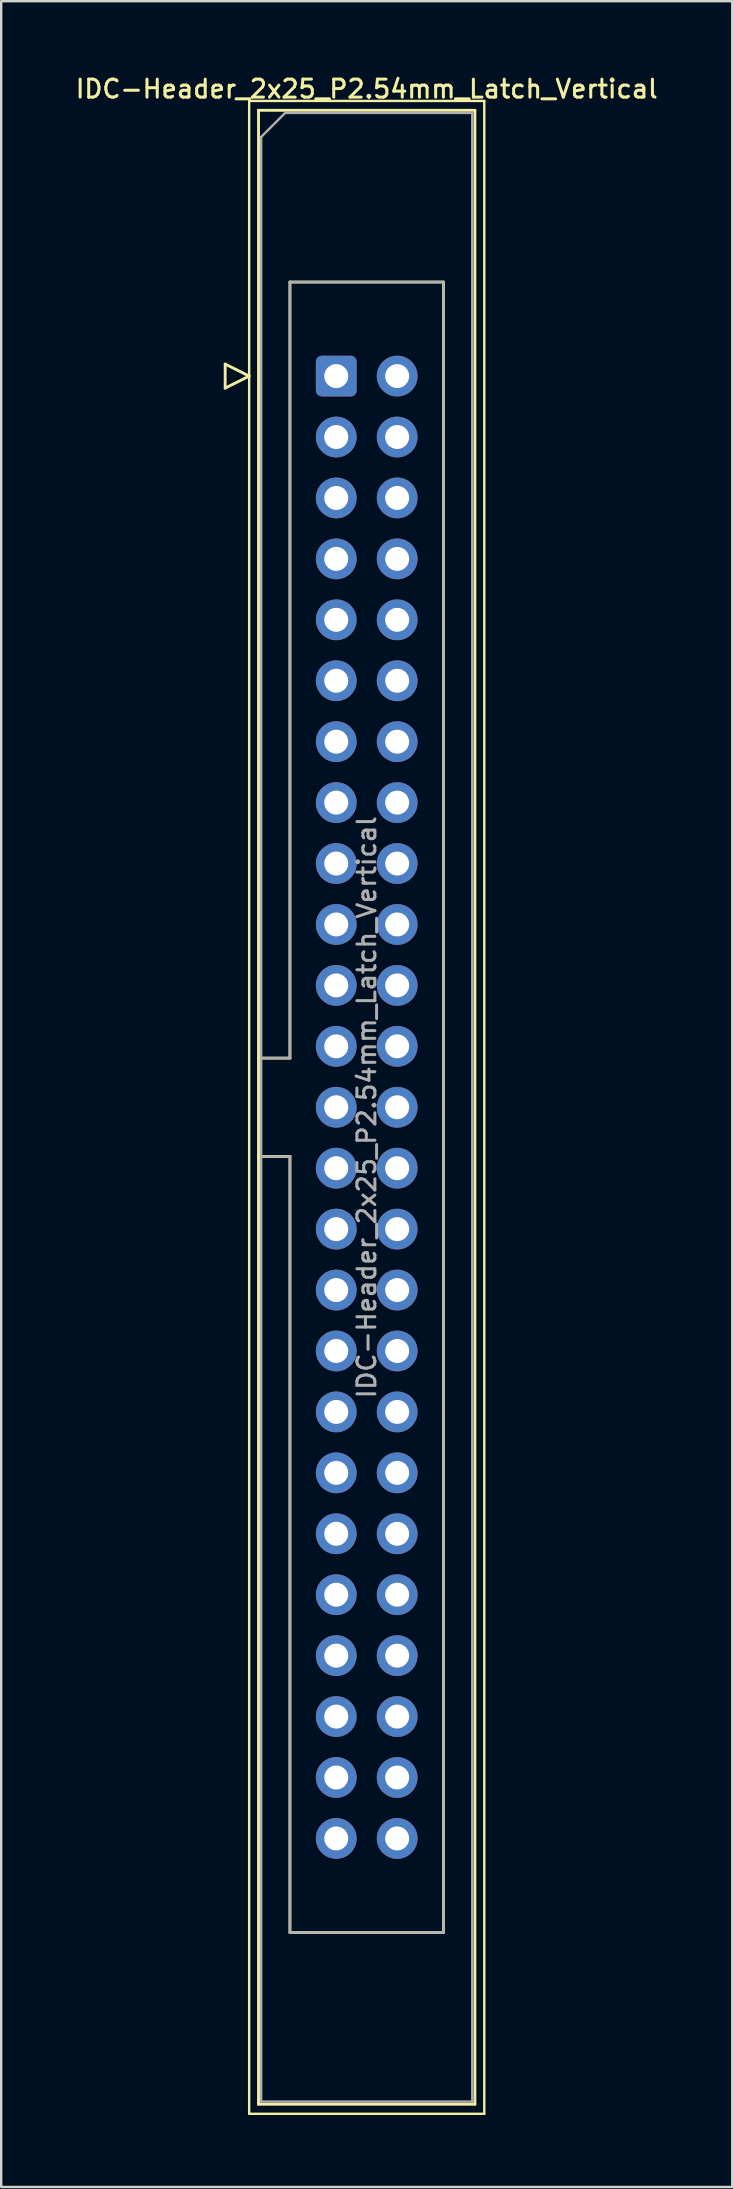
<source format=kicad_pcb>
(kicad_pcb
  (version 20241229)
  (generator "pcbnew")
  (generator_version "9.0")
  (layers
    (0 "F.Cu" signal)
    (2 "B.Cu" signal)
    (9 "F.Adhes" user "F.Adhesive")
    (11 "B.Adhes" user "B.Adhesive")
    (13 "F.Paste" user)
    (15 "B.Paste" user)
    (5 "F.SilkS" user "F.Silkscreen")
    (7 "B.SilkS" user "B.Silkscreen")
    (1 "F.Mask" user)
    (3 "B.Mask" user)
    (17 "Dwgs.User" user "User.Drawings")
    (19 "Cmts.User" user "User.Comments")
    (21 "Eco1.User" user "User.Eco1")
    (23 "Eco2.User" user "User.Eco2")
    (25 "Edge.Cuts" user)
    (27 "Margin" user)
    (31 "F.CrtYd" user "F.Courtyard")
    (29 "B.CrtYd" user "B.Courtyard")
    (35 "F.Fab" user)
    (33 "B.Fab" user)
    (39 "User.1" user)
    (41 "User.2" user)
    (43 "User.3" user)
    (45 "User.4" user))
  (footprint "IDC-Header_2x25_P2.54mm_Latch_Vertical"
    (layer "F.Cu")
    (at 10.967 12.628)
    (property "Reference" "IDC-Header_2x25_P2.54mm_Latch_Vertical" (at 1.27 -11.97 0) (layer "F.SilkS") (effects (font (size 0.75 0.75) (thickness 0.125))))
    (attr through_hole)
    (fp_line (start -4.63 -0.5) (end -4.63 0.5) (stroke (width 0.12) (type solid)) (layer "F.SilkS"))
    (fp_line (start -4.63 0.5) (end -3.63 0) (stroke (width 0.12) (type solid)) (layer "F.SilkS"))
    (fp_line (start -3.63 -11.47) (end -3.63 72.44) (stroke (width 0.1) (type solid)) (layer "F.SilkS"))
    (fp_line (start -3.63 0) (end -4.63 -0.5) (stroke (width 0.12) (type solid)) (layer "F.SilkS"))
    (fp_line (start -3.63 72.44) (end 6.17 72.44) (stroke (width 0.1) (type solid)) (layer "F.SilkS"))
    (fp_line (start -3.24 -11.08) (end 5.78 -11.08) (stroke (width 0.12) (type solid)) (layer "F.SilkS"))
    (fp_line (start -3.24 28.43) (end -1.93 28.43) (stroke (width 0.12) (type solid)) (layer "F.SilkS"))
    (fp_line (start -3.24 72.04) (end -3.24 -11.08) (stroke (width 0.12) (type solid)) (layer "F.SilkS"))
    (fp_line (start -1.93 -3.92) (end 4.47 -3.92) (stroke (width 0.12) (type solid)) (layer "F.SilkS"))
    (fp_line (start -1.93 28.43) (end -1.93 -3.92) (stroke (width 0.12) (type solid)) (layer "F.SilkS"))
    (fp_line (start -1.93 32.53) (end -3.24 32.53) (stroke (width 0.12) (type solid)) (layer "F.SilkS"))
    (fp_line (start -1.93 32.53) (end -1.93 32.53) (stroke (width 0.12) (type solid)) (layer "F.SilkS"))
    (fp_line (start -1.93 64.88) (end -1.93 32.53) (stroke (width 0.12) (type solid)) (layer "F.SilkS"))
    (fp_line (start 4.47 -3.92) (end 4.47 64.88) (stroke (width 0.12) (type solid)) (layer "F.SilkS"))
    (fp_line (start 4.47 64.88) (end -1.93 64.88) (stroke (width 0.12) (type solid)) (layer "F.SilkS"))
    (fp_line (start 5.78 -11.08) (end 5.78 72.04) (stroke (width 0.12) (type solid)) (layer "F.SilkS"))
    (fp_line (start 5.78 72.04) (end -3.24 72.04) (stroke (width 0.12) (type solid)) (layer "F.SilkS"))
    (fp_line (start 6.17 -11.47) (end -3.63 -11.47) (stroke (width 0.1) (type solid)) (layer "F.SilkS"))
    (fp_line (start 6.17 72.44) (end 6.17 -11.47) (stroke (width 0.1) (type solid)) (layer "F.SilkS"))
    (fp_line (start -3.13 -9.97) (end -2.13 -10.97) (stroke (width 0.1) (type solid)) (layer "F.Fab"))
    (fp_line (start -3.13 28.43) (end -1.93 28.43) (stroke (width 0.1) (type solid)) (layer "F.Fab"))
    (fp_line (start -3.13 71.93) (end -3.13 -9.97) (stroke (width 0.1) (type solid)) (layer "F.Fab"))
    (fp_line (start -2.13 -10.97) (end 5.67 -10.97) (stroke (width 0.1) (type solid)) (layer "F.Fab"))
    (fp_line (start -1.93 -3.92) (end 4.47 -3.92) (stroke (width 0.1) (type solid)) (layer "F.Fab"))
    (fp_line (start -1.93 28.43) (end -1.93 -3.92) (stroke (width 0.1) (type solid)) (layer "F.Fab"))
    (fp_line (start -1.93 32.53) (end -3.13 32.53) (stroke (width 0.1) (type solid)) (layer "F.Fab"))
    (fp_line (start -1.93 32.53) (end -1.93 32.53) (stroke (width 0.1) (type solid)) (layer "F.Fab"))
    (fp_line (start -1.93 64.88) (end -1.93 32.53) (stroke (width 0.1) (type solid)) (layer "F.Fab"))
    (fp_line (start 4.47 -3.92) (end 4.47 64.88) (stroke (width 0.1) (type solid)) (layer "F.Fab"))
    (fp_line (start 4.47 64.88) (end -1.93 64.88) (stroke (width 0.1) (type solid)) (layer "F.Fab"))
    (fp_line (start 5.67 -10.97) (end 5.67 71.93) (stroke (width 0.1) (type solid)) (layer "F.Fab"))
    (fp_line (start 5.67 71.93) (end -3.13 71.93) (stroke (width 0.1) (type solid)) (layer "F.Fab"))
    (fp_text user "${REFERENCE}" (at 1.27 30.48 90) (layer "F.Fab") (effects (font (size 0.75 0.75) (thickness 0.125))))
    (pad "1" thru_hole roundrect (at 0 0) (size 1.7 1.7) (drill 1) (layers "*.Cu" "*.Mask") (roundrect_rratio 0.147))
    (pad "2" thru_hole circle (at 2.54 0) (size 1.7 1.7) (drill 1) (layers "*.Cu" "*.Mask"))
    (pad "3" thru_hole circle (at 0 2.54) (size 1.7 1.7) (drill 1) (layers "*.Cu" "*.Mask"))
    (pad "4" thru_hole circle (at 2.54 2.54) (size 1.7 1.7) (drill 1) (layers "*.Cu" "*.Mask"))
    (pad "5" thru_hole circle (at 0 5.08) (size 1.7 1.7) (drill 1) (layers "*.Cu" "*.Mask"))
    (pad "6" thru_hole circle (at 2.54 5.08) (size 1.7 1.7) (drill 1) (layers "*.Cu" "*.Mask"))
    (pad "7" thru_hole circle (at 0 7.62) (size 1.7 1.7) (drill 1) (layers "*.Cu" "*.Mask"))
    (pad "8" thru_hole circle (at 2.54 7.62) (size 1.7 1.7) (drill 1) (layers "*.Cu" "*.Mask"))
    (pad "9" thru_hole circle (at 0 10.16) (size 1.7 1.7) (drill 1) (layers "*.Cu" "*.Mask"))
    (pad "10" thru_hole circle (at 2.54 10.16) (size 1.7 1.7) (drill 1) (layers "*.Cu" "*.Mask"))
    (pad "11" thru_hole circle (at 0 12.7) (size 1.7 1.7) (drill 1) (layers "*.Cu" "*.Mask"))
    (pad "12" thru_hole circle (at 2.54 12.7) (size 1.7 1.7) (drill 1) (layers "*.Cu" "*.Mask"))
    (pad "13" thru_hole circle (at 0 15.24) (size 1.7 1.7) (drill 1) (layers "*.Cu" "*.Mask"))
    (pad "14" thru_hole circle (at 2.54 15.24) (size 1.7 1.7) (drill 1) (layers "*.Cu" "*.Mask"))
    (pad "15" thru_hole circle (at 0 17.78) (size 1.7 1.7) (drill 1) (layers "*.Cu" "*.Mask"))
    (pad "16" thru_hole circle (at 2.54 17.78) (size 1.7 1.7) (drill 1) (layers "*.Cu" "*.Mask"))
    (pad "17" thru_hole circle (at 0 20.32) (size 1.7 1.7) (drill 1) (layers "*.Cu" "*.Mask"))
    (pad "18" thru_hole circle (at 2.54 20.32) (size 1.7 1.7) (drill 1) (layers "*.Cu" "*.Mask"))
    (pad "19" thru_hole circle (at 0 22.86) (size 1.7 1.7) (drill 1) (layers "*.Cu" "*.Mask"))
    (pad "20" thru_hole circle (at 2.54 22.86) (size 1.7 1.7) (drill 1) (layers "*.Cu" "*.Mask"))
    (pad "21" thru_hole circle (at 0 25.4) (size 1.7 1.7) (drill 1) (layers "*.Cu" "*.Mask"))
    (pad "22" thru_hole circle (at 2.54 25.4) (size 1.7 1.7) (drill 1) (layers "*.Cu" "*.Mask"))
    (pad "23" thru_hole circle (at 0 27.94) (size 1.7 1.7) (drill 1) (layers "*.Cu" "*.Mask"))
    (pad "24" thru_hole circle (at 2.54 27.94) (size 1.7 1.7) (drill 1) (layers "*.Cu" "*.Mask"))
    (pad "25" thru_hole circle (at 0 30.48) (size 1.7 1.7) (drill 1) (layers "*.Cu" "*.Mask"))
    (pad "26" thru_hole circle (at 2.54 30.48) (size 1.7 1.7) (drill 1) (layers "*.Cu" "*.Mask"))
    (pad "27" thru_hole circle (at 0 33.02) (size 1.7 1.7) (drill 1) (layers "*.Cu" "*.Mask"))
    (pad "28" thru_hole circle (at 2.54 33.02) (size 1.7 1.7) (drill 1) (layers "*.Cu" "*.Mask"))
    (pad "29" thru_hole circle (at 0 35.56) (size 1.7 1.7) (drill 1) (layers "*.Cu" "*.Mask"))
    (pad "30" thru_hole circle (at 2.54 35.56) (size 1.7 1.7) (drill 1) (layers "*.Cu" "*.Mask"))
    (pad "31" thru_hole circle (at 0 38.1) (size 1.7 1.7) (drill 1) (layers "*.Cu" "*.Mask"))
    (pad "32" thru_hole circle (at 2.54 38.1) (size 1.7 1.7) (drill 1) (layers "*.Cu" "*.Mask"))
    (pad "33" thru_hole circle (at 0 40.64) (size 1.7 1.7) (drill 1) (layers "*.Cu" "*.Mask"))
    (pad "34" thru_hole circle (at 2.54 40.64) (size 1.7 1.7) (drill 1) (layers "*.Cu" "*.Mask"))
    (pad "35" thru_hole circle (at 0 43.18) (size 1.7 1.7) (drill 1) (layers "*.Cu" "*.Mask"))
    (pad "36" thru_hole circle (at 2.54 43.18) (size 1.7 1.7) (drill 1) (layers "*.Cu" "*.Mask"))
    (pad "37" thru_hole circle (at 0 45.72) (size 1.7 1.7) (drill 1) (layers "*.Cu" "*.Mask"))
    (pad "38" thru_hole circle (at 2.54 45.72) (size 1.7 1.7) (drill 1) (layers "*.Cu" "*.Mask"))
    (pad "39" thru_hole circle (at 0 48.26) (size 1.7 1.7) (drill 1) (layers "*.Cu" "*.Mask"))
    (pad "40" thru_hole circle (at 2.54 48.26) (size 1.7 1.7) (drill 1) (layers "*.Cu" "*.Mask"))
    (pad "41" thru_hole circle (at 0 50.8) (size 1.7 1.7) (drill 1) (layers "*.Cu" "*.Mask"))
    (pad "42" thru_hole circle (at 2.54 50.8) (size 1.7 1.7) (drill 1) (layers "*.Cu" "*.Mask"))
    (pad "43" thru_hole circle (at 0 53.34) (size 1.7 1.7) (drill 1) (layers "*.Cu" "*.Mask"))
    (pad "44" thru_hole circle (at 2.54 53.34) (size 1.7 1.7) (drill 1) (layers "*.Cu" "*.Mask"))
    (pad "45" thru_hole circle (at 0 55.88) (size 1.7 1.7) (drill 1) (layers "*.Cu" "*.Mask"))
    (pad "46" thru_hole circle (at 2.54 55.88) (size 1.7 1.7) (drill 1) (layers "*.Cu" "*.Mask"))
    (pad "47" thru_hole circle (at 0 58.42) (size 1.7 1.7) (drill 1) (layers "*.Cu" "*.Mask"))
    (pad "48" thru_hole circle (at 2.54 58.42) (size 1.7 1.7) (drill 1) (layers "*.Cu" "*.Mask"))
    (pad "49" thru_hole circle (at 0 60.96) (size 1.7 1.7) (drill 1) (layers "*.Cu" "*.Mask"))
    (pad "50" thru_hole circle (at 2.54 60.96) (size 1.7 1.7) (drill 1) (layers "*.Cu" "*.Mask")))
  (gr_rect
    (start -3 -3)
    (end 27.475 88.118)
    (stroke (width 0.1) (type default))
    (fill no)
    (layer "Edge.Cuts")))
</source>
